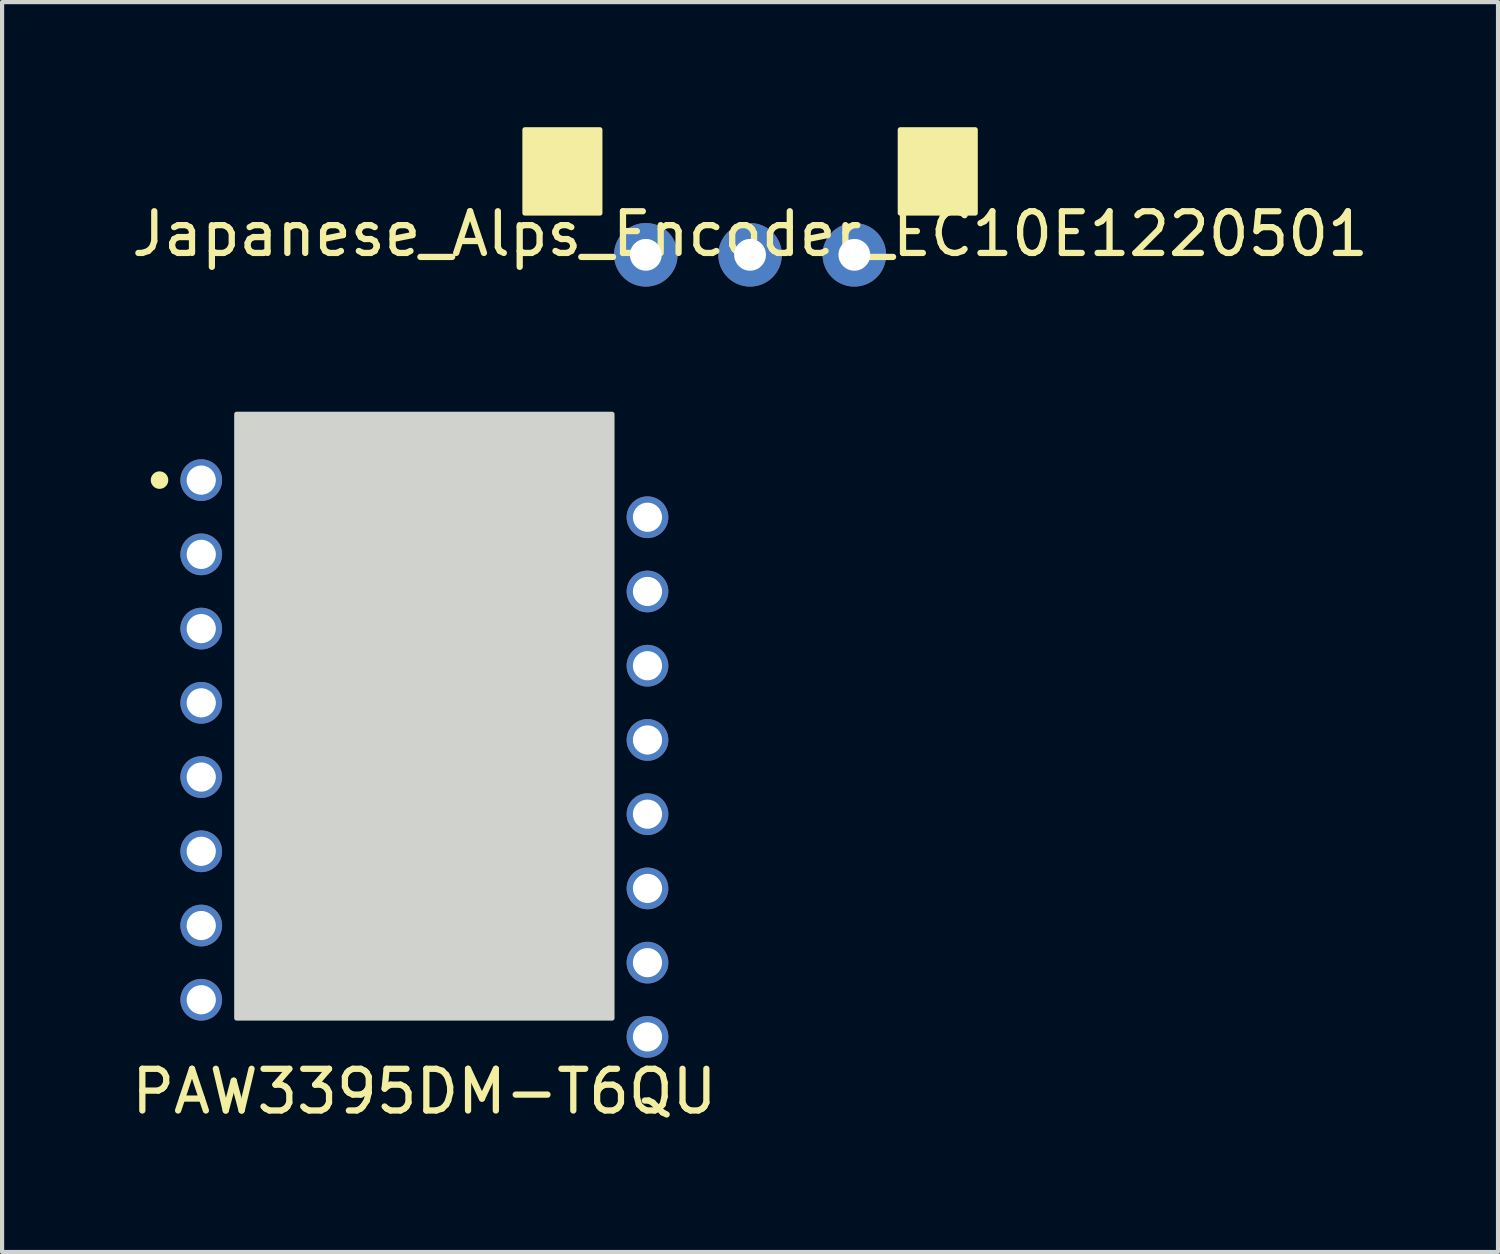
<source format=kicad_pcb>
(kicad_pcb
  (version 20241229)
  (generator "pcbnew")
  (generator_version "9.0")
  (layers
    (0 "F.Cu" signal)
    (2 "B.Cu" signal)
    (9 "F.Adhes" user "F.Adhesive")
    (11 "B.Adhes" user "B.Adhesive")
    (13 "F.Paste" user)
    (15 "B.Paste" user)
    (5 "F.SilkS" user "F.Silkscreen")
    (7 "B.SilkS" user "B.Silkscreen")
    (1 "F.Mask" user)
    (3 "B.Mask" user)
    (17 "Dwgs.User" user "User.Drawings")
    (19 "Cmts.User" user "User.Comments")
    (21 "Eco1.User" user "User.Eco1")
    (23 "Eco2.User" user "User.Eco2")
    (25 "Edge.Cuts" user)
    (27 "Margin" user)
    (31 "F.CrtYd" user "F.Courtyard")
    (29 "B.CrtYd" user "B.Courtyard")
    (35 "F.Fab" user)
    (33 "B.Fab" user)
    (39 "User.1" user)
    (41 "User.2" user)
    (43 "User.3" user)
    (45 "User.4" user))
  (footprint "PAW3395DM-T6QU"
    (layer "F.Cu")
    (at 7.125 14.122)
    (property "Reference" "PAW3395DM-T6QU" (at 0 9 0) (unlocked yes) (layer "F.SilkS") (effects (font (size 1 1) (thickness 0.15))))
    (attr through_hole)
    (fp_circle (center -6.35 -5.66) (end -6.2 -5.66) (stroke (width 0.12) (type solid)) (fill yes) (layer "F.SilkS"))
    (fp_rect (start -4.5 -7.24) (end 4.5 7.24) (stroke (width 0.12) (type solid)) (fill yes) (layer "Edge.Cuts"))
    (pad "1" thru_hole circle (at -5.35 -5.66) (size 1 1) (drill 0.7) (layers "*.Cu" "*.Mask"))
    (pad "2" thru_hole circle (at -5.35 -3.88) (size 1 1) (drill 0.7) (layers "*.Cu" "*.Mask"))
    (pad "3" thru_hole circle (at -5.35 -2.1) (size 1 1) (drill 0.7) (layers "*.Cu" "*.Mask"))
    (pad "4" thru_hole circle (at -5.35 -0.32) (size 1 1) (drill 0.7) (layers "*.Cu" "*.Mask"))
    (pad "5" thru_hole circle (at -5.35 1.46) (size 1 1) (drill 0.7) (layers "*.Cu" "*.Mask"))
    (pad "6" thru_hole circle (at -5.35 3.24) (size 1 1) (drill 0.7) (layers "*.Cu" "*.Mask"))
    (pad "7" thru_hole circle (at -5.35 5.02) (size 1 1) (drill 0.7) (layers "*.Cu" "*.Mask"))
    (pad "8" thru_hole circle (at -5.35 6.8) (size 1 1) (drill 0.7) (layers "*.Cu" "*.Mask"))
    (pad "9" thru_hole circle (at 5.35 7.69) (size 1 1) (drill 0.7) (layers "*.Cu" "*.Mask"))
    (pad "10" thru_hole circle (at 5.35 5.91) (size 1 1) (drill 0.7) (layers "*.Cu" "*.Mask"))
    (pad "11" thru_hole circle (at 5.35 4.13) (size 1 1) (drill 0.7) (layers "*.Cu" "*.Mask"))
    (pad "12" thru_hole circle (at 5.35 2.35) (size 1 1) (drill 0.7) (layers "*.Cu" "*.Mask"))
    (pad "13" thru_hole circle (at 5.35 0.57) (size 1 1) (drill 0.7) (layers "*.Cu" "*.Mask"))
    (pad "14" thru_hole circle (at 5.35 -1.21) (size 1 1) (drill 0.7) (layers "*.Cu" "*.Mask"))
    (pad "15" thru_hole circle (at 5.35 -2.99) (size 1 1) (drill 0.7) (layers "*.Cu" "*.Mask"))
    (pad "16" thru_hole circle (at 5.35 -4.77) (size 1 1) (drill 0.7) (layers "*.Cu" "*.Mask")))
  (footprint "Japanese_Alps_Encoder_EC10E1220501"
    (layer "F.Cu")
    (at 14.935 3.06)
    (property "Reference" "Japanese_Alps_Encoder_EC10E1220501" (at 0 -0.5 0) (unlocked yes) (layer "F.SilkS") (effects (font (size 1 1) (thickness 0.15))))
    (attr through_hole)
    (fp_rect (start -5.4 -3) (end -3.6 -1) (stroke (width 0.12) (type solid)) (fill yes) (layer "F.SilkS"))
    (fp_rect (start 3.6 -3) (end 5.4 -1) (stroke (width 0.12) (type solid)) (fill yes) (layer "F.SilkS"))
    (pad "1" thru_hole circle (at -2.5 0) (size 1.524 1.524) (drill 0.762) (layers "*.Cu" "*.Mask"))
    (pad "2" thru_hole circle (at 0 0) (size 1.524 1.524) (drill 0.762) (layers "*.Cu" "*.Mask"))
    (pad "3" thru_hole circle (at 2.5 0) (size 1.524 1.524) (drill 0.762) (layers "*.Cu" "*.Mask")))
  (gr_rect
    (start -3 -3)
    (end 32.869 26.97)
    (stroke (width 0.1) (type default))
    (fill no)
    (layer "Edge.Cuts")))
</source>
